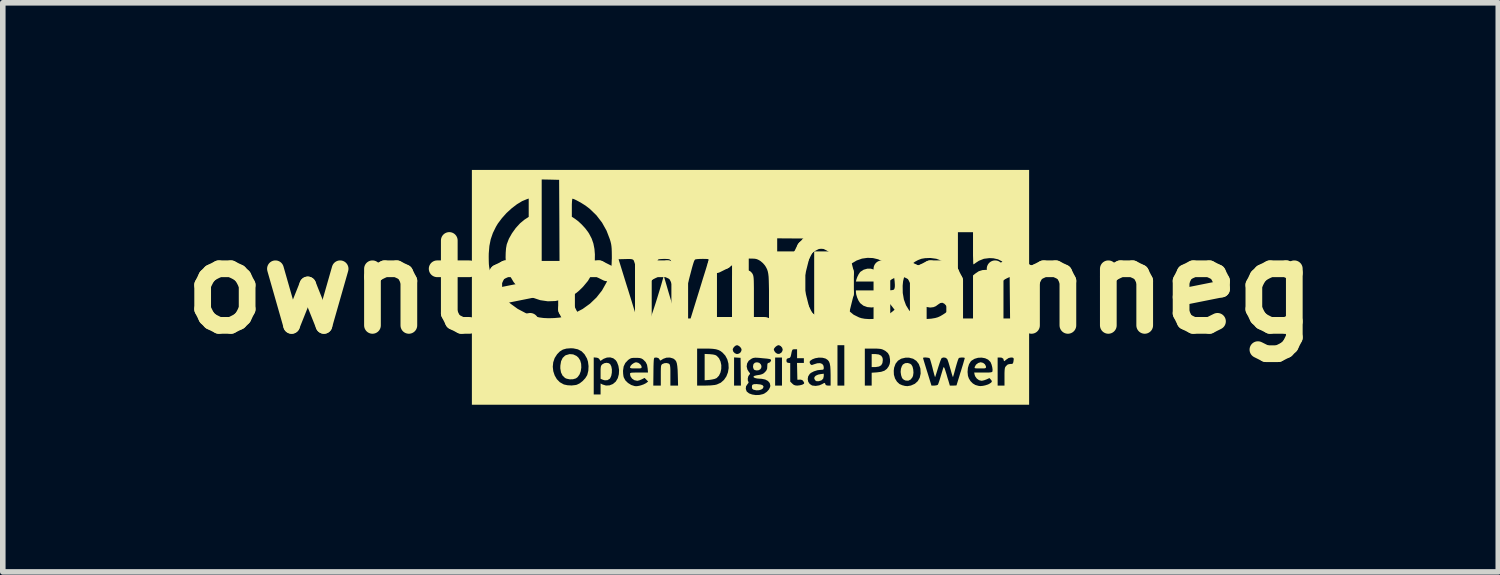
<source format=kicad_pcb>
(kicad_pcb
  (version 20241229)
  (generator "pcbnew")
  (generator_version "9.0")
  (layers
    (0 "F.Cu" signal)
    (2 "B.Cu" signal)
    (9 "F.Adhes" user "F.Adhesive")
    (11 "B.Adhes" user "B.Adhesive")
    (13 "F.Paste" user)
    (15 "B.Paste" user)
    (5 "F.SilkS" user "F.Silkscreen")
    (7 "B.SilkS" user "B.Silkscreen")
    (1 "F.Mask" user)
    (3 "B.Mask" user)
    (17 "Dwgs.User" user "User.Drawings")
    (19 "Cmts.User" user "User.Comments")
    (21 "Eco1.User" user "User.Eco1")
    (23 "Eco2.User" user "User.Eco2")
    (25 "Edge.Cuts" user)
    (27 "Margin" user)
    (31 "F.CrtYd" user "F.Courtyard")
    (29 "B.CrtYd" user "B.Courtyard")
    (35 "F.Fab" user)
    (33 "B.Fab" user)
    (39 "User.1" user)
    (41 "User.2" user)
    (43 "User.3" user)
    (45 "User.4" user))
  (footprint "owntech10mmneg"
    (layer "F.Cu")
    (at 10.421 2.101)
    (property "Reference" "owntech10mmneg" (at 0 0 0) (layer "F.SilkS") (effects (font (size 1.524 1.524) (thickness 0.3))))
    (attr board_only exclude_from_pos_files exclude_from_bom)
    (fp_poly (pts (xy 1.315 1.6) (xy 1.305 1.645) (xy 1.275 1.675) (xy 1.226 1.691) (xy 1.188 1.692) (xy 1.163 1.678) (xy 1.145 1.647) (xy 1.148 1.617) (xy 1.172 1.592) (xy 1.214 1.573) (xy 1.26 1.564) (xy 1.315 1.557)) (stroke (width 0) (type solid)) (fill yes) (layer "F.SilkS"))
    (fp_poly (pts (xy 2.304 1.212) (xy 2.346 1.234) (xy 2.37 1.272) (xy 2.375 1.31) (xy 2.368 1.366) (xy 2.346 1.405) (xy 2.307 1.428) (xy 2.249 1.437) (xy 2.23 1.438) (xy 2.175 1.438) (xy 2.175 1.204) (xy 2.242 1.204)) (stroke (width 0) (type solid)) (fill yes) (layer "F.SilkS"))
    (fp_poly (pts (xy 0.156 1.361) (xy 0.183 1.386) (xy 0.197 1.419) (xy 0.192 1.454) (xy 0.174 1.479) (xy 0.143 1.495) (xy 0.105 1.498) (xy 0.072 1.489) (xy 0.061 1.48) (xy 0.049 1.454) (xy 0.045 1.425) (xy 0.054 1.383) (xy 0.08 1.359) (xy 0.116 1.352)) (stroke (width 0) (type solid)) (fill yes) (layer "F.SilkS"))
    (fp_poly (pts (xy -0.732 1.206) (xy -0.673 1.212) (xy -0.633 1.221) (xy -0.606 1.236) (xy -0.565 1.28) (xy -0.538 1.337) (xy -0.524 1.403) (xy -0.525 1.471) (xy -0.539 1.535) (xy -0.566 1.592) (xy -0.607 1.634) (xy -0.616 1.639) (xy -0.646 1.651) (xy -0.691 1.661) (xy -0.737 1.668) (xy -0.823 1.675) (xy -0.823 1.202)) (stroke (width 0) (type solid)) (fill yes) (layer "F.SilkS"))
    (fp_poly (pts (xy 0.121 1.744) (xy 0.179 1.75) (xy 0.215 1.762) (xy 0.232 1.783) (xy 0.233 1.794) (xy 0.222 1.821) (xy 0.193 1.841) (xy 0.152 1.853) (xy 0.105 1.855) (xy 0.058 1.845) (xy 0.052 1.843) (xy 0.03 1.825) (xy 0.025 1.795) (xy 0.028 1.767) (xy 0.041 1.751) (xy 0.069 1.744) (xy 0.115 1.743)) (stroke (width 0) (type solid)) (fill yes) (layer "F.SilkS"))
    (fp_poly (pts (xy 2.161 -0.328) (xy 2.223 -0.31) (xy 2.277 -0.276) (xy 2.317 -0.226) (xy 2.319 -0.222) (xy 2.336 -0.182) (xy 2.346 -0.145) (xy 2.347 -0.133) (xy 2.347 -0.098) (xy 1.892 -0.098) (xy 1.9 -0.132) (xy 1.917 -0.18) (xy 1.941 -0.228) (xy 1.967 -0.266) (xy 1.974 -0.273) (xy 2.031 -0.31) (xy 2.095 -0.328)) (stroke (width 0) (type solid)) (fill yes) (layer "F.SilkS"))
    (fp_poly (pts (xy 4.174 1.362) (xy 4.207 1.387) (xy 4.225 1.421) (xy 4.227 1.435) (xy 4.226 1.448) (xy 4.218 1.456) (xy 4.199 1.461) (xy 4.165 1.462) (xy 4.122 1.462) (xy 4.071 1.462) (xy 4.041 1.46) (xy 4.026 1.456) (xy 4.022 1.448) (xy 4.025 1.435) (xy 4.047 1.395) (xy 4.085 1.365) (xy 4.129 1.352) (xy 4.134 1.352)) (stroke (width 0) (type solid)) (fill yes) (layer "F.SilkS"))
    (fp_poly (pts (xy -2.015 1.361) (xy -1.981 1.385) (xy -1.959 1.416) (xy -1.954 1.437) (xy -1.956 1.449) (xy -1.964 1.457) (xy -1.985 1.461) (xy -2.022 1.462) (xy -2.058 1.462) (xy -2.11 1.462) (xy -2.142 1.459) (xy -2.158 1.453) (xy -2.163 1.444) (xy -2.163 1.443) (xy -2.152 1.415) (xy -2.126 1.387) (xy -2.092 1.364) (xy -2.058 1.352) (xy -2.053 1.352)) (stroke (width 0) (type solid)) (fill yes) (layer "F.SilkS"))
    (fp_poly (pts (xy -2.542 1.369) (xy -2.518 1.387) (xy -2.498 1.427) (xy -2.488 1.48) (xy -2.489 1.539) (xy -2.499 1.593) (xy -2.518 1.636) (xy -2.527 1.648) (xy -2.569 1.673) (xy -2.618 1.675) (xy -2.651 1.665) (xy -2.691 1.648) (xy -2.691 1.533) (xy -2.691 1.478) (xy -2.688 1.442) (xy -2.683 1.418) (xy -2.673 1.402) (xy -2.661 1.389) (xy -2.624 1.368) (xy -2.582 1.361)) (stroke (width 0) (type solid)) (fill yes) (layer "F.SilkS"))
    (fp_poly (pts (xy 2.866 1.378) (xy 2.888 1.395) (xy 2.909 1.432) (xy 2.921 1.483) (xy 2.925 1.539) (xy 2.918 1.591) (xy 2.907 1.62) (xy 2.875 1.661) (xy 2.833 1.682) (xy 2.786 1.68) (xy 2.759 1.669) (xy 2.735 1.652) (xy 2.719 1.63) (xy 2.707 1.595) (xy 2.703 1.581) (xy 2.695 1.526) (xy 2.7 1.469) (xy 2.717 1.42) (xy 2.735 1.392) (xy 2.775 1.368) (xy 2.822 1.364)) (stroke (width 0) (type solid)) (fill yes) (layer "F.SilkS"))
    (fp_poly (pts (xy -3.183 1.21) (xy -3.124 1.237) (xy -3.089 1.268) (xy -3.057 1.318) (xy -3.04 1.379) (xy -3.037 1.446) (xy -3.047 1.512) (xy -3.069 1.571) (xy -3.103 1.618) (xy -3.134 1.641) (xy -3.185 1.656) (xy -3.245 1.658) (xy -3.301 1.646) (xy -3.328 1.634) (xy -3.372 1.593) (xy -3.401 1.535) (xy -3.414 1.461) (xy -3.413 1.412) (xy -3.4 1.333) (xy -3.372 1.274) (xy -3.33 1.233) (xy -3.313 1.224) (xy -3.247 1.205)) (stroke (width 0) (type solid)) (fill yes) (layer "F.SilkS"))
    (fp_poly (pts (xy 5.001 2.114) (xy -5.001 2.114) (xy -5.001 1.929) (xy -2.814 1.929) (xy -2.691 1.929) (xy -2.691 1.829) (xy -0.085 1.829) (xy -0.07 1.872) (xy -0.065 1.879) (xy -0.026 1.91) (xy 0.029 1.93) (xy 0.093 1.94) (xy 0.159 1.938) (xy 0.221 1.924) (xy 0.246 1.914) (xy 0.294 1.881) (xy 0.332 1.839) (xy 0.353 1.793) (xy 0.356 1.77) (xy 0.356 1.77) (xy 0.442 1.77) (xy 0.565 1.77) (xy 0.565 1.321) (xy 0.645 1.321) (xy 0.649 1.348) (xy 0.665 1.359) (xy 0.679 1.362) (xy 0.713 1.366) (xy 0.713 1.698) (xy 0.749 1.734) (xy 0.778 1.758) (xy 0.81 1.768) (xy 0.841 1.77) (xy 0.885 1.765) (xy 0.925 1.755) (xy 0.935 1.751) (xy 0.959 1.737) (xy 0.964 1.723) (xy 0.954 1.701) (xy 0.951 1.697) (xy 0.932 1.673) (xy 0.905 1.664) (xy 0.886 1.664) (xy 0.842 1.665) (xy 0.841 1.653) (xy 1.027 1.653) (xy 1.036 1.701) (xy 1.062 1.74) (xy 1.103 1.767) (xy 1.109 1.769) (xy 1.169 1.776) (xy 1.234 1.766) (xy 1.285 1.744) (xy 1.315 1.727) (xy 1.331 1.722) (xy 1.339 1.731) (xy 1.343 1.745) (xy 1.354 1.762) (xy 1.38 1.769) (xy 1.394 1.77) (xy 1.438 1.77) (xy 1.561 1.77) (xy 1.684 1.77) (xy 2.052 1.77) (xy 2.175 1.77) (xy 2.175 1.539) (xy 2.266 1.533) (xy 2.345 1.523) (xy 2.404 1.503) (xy 2.404 1.503) (xy 2.571 1.503) (xy 2.574 1.575) (xy 2.594 1.643) (xy 2.629 1.7) (xy 2.674 1.742) (xy 2.725 1.764) (xy 2.754 1.771) (xy 2.771 1.776) (xy 2.816 1.78) (xy 2.879 1.769) (xy 2.882 1.768) (xy 2.95 1.738) (xy 3.003 1.69) (xy 3.038 1.628) (xy 3.054 1.554) (xy 3.05 1.47) (xy 3.047 1.455) (xy 3.021 1.383) (xy 2.978 1.327) (xy 2.919 1.288) (xy 2.864 1.274) (xy 3.097 1.274) (xy 3.1 1.287) (xy 3.11 1.321) (xy 3.125 1.371) (xy 3.144 1.433) (xy 3.166 1.505) (xy 3.173 1.526) (xy 3.248 1.77) (xy 3.3 1.77) (xy 3.335 1.766) (xy 3.359 1.758) (xy 3.363 1.754) (xy 3.371 1.737) (xy 3.384 1.701) (xy 3.4 1.652) (xy 3.416 1.597) (xy 3.433 1.541) (xy 3.448 1.492) (xy 3.459 1.456) (xy 3.466 1.439) (xy 3.473 1.441) (xy 3.485 1.464) (xy 3.499 1.506) (xy 3.5 1.51) (xy 3.519 1.57) (xy 3.538 1.637) (xy 3.553 1.684) (xy 3.578 1.77) (xy 3.639 1.77) (xy 3.673 1.769) (xy 3.695 1.767) (xy 3.699 1.765) (xy 3.702 1.752) (xy 3.712 1.72) (xy 3.727 1.671) (xy 3.746 1.61) (xy 3.767 1.539) (xy 3.772 1.525) (xy 3.896 1.525) (xy 3.903 1.595) (xy 3.919 1.641) (xy 3.949 1.69) (xy 3.991 1.732) (xy 4.036 1.759) (xy 4.053 1.764) (xy 4.082 1.772) (xy 4.098 1.776) (xy 4.126 1.779) (xy 4.169 1.775) (xy 4.194 1.77) (xy 4.436 1.77) (xy 4.559 1.77) (xy 4.559 1.61) (xy 4.559 1.545) (xy 4.561 1.499) (xy 4.564 1.468) (xy 4.569 1.446) (xy 4.578 1.43) (xy 4.589 1.417) (xy 4.618 1.391) (xy 4.655 1.383) (xy 4.665 1.382) (xy 4.695 1.381) (xy 4.71 1.371) (xy 4.718 1.347) (xy 4.72 1.333) (xy 4.725 1.295) (xy 4.72 1.275) (xy 4.701 1.267) (xy 4.675 1.266) (xy 4.633 1.275) (xy 4.59 1.304) (xy 4.564 1.326) (xy 4.551 1.332) (xy 4.547 1.323) (xy 4.547 1.319) (xy 4.537 1.287) (xy 4.507 1.269) (xy 4.477 1.266) (xy 4.436 1.266) (xy 4.436 1.77) (xy 4.194 1.77) (xy 4.216 1.765) (xy 4.26 1.751) (xy 4.282 1.741) (xy 4.317 1.718) (xy 4.332 1.7) (xy 4.328 1.68) (xy 4.313 1.662) (xy 4.289 1.635) (xy 4.236 1.659) (xy 4.195 1.674) (xy 4.155 1.683) (xy 4.144 1.683) (xy 4.102 1.673) (xy 4.062 1.644) (xy 4.033 1.604) (xy 4.023 1.576) (xy 4.015 1.536) (xy 4.176 1.536) (xy 4.242 1.536) (xy 4.287 1.535) (xy 4.316 1.532) (xy 4.332 1.527) (xy 4.341 1.52) (xy 4.343 1.513) (xy 4.345 1.482) (xy 4.339 1.439) (xy 4.327 1.393) (xy 4.311 1.354) (xy 4.305 1.344) (xy 4.265 1.304) (xy 4.211 1.279) (xy 4.149 1.268) (xy 4.084 1.271) (xy 4.022 1.289) (xy 3.969 1.321) (xy 3.954 1.335) (xy 3.922 1.387) (xy 3.902 1.453) (xy 3.896 1.525) (xy 3.772 1.525) (xy 3.773 1.523) (xy 3.795 1.45) (xy 3.815 1.386) (xy 3.83 1.333) (xy 3.841 1.295) (xy 3.846 1.276) (xy 3.846 1.275) (xy 3.836 1.269) (xy 3.81 1.266) (xy 3.779 1.267) (xy 3.751 1.271) (xy 3.74 1.275) (xy 3.732 1.29) (xy 3.719 1.324) (xy 3.704 1.372) (xy 3.687 1.43) (xy 3.682 1.448) (xy 3.666 1.508) (xy 3.652 1.559) (xy 3.641 1.596) (xy 3.635 1.616) (xy 3.634 1.617) (xy 3.629 1.608) (xy 3.619 1.579) (xy 3.606 1.535) (xy 3.591 1.48) (xy 3.588 1.472) (xy 3.571 1.412) (xy 3.555 1.358) (xy 3.541 1.317) (xy 3.531 1.294) (xy 3.531 1.293) (xy 3.505 1.272) (xy 3.469 1.265) (xy 3.434 1.274) (xy 3.432 1.276) (xy 3.423 1.291) (xy 3.409 1.324) (xy 3.392 1.373) (xy 3.373 1.431) (xy 3.367 1.45) (xy 3.349 1.509) (xy 3.333 1.56) (xy 3.321 1.597) (xy 3.314 1.617) (xy 3.313 1.618) (xy 3.309 1.609) (xy 3.3 1.58) (xy 3.288 1.535) (xy 3.273 1.479) (xy 3.269 1.46) (xy 3.253 1.399) (xy 3.238 1.346) (xy 3.226 1.306) (xy 3.218 1.283) (xy 3.216 1.281) (xy 3.2 1.273) (xy 3.171 1.268) (xy 3.138 1.265) (xy 3.111 1.267) (xy 3.097 1.272) (xy 3.097 1.274) (xy 2.864 1.274) (xy 2.847 1.269) (xy 2.782 1.269) (xy 2.706 1.287) (xy 2.647 1.323) (xy 2.604 1.377) (xy 2.578 1.448) (xy 2.571 1.503) (xy 2.404 1.503) (xy 2.448 1.47) (xy 2.48 1.425) (xy 2.498 1.383) (xy 2.505 1.341) (xy 2.504 1.299) (xy 2.493 1.235) (xy 2.467 1.187) (xy 2.423 1.149) (xy 2.396 1.134) (xy 2.369 1.121) (xy 2.341 1.113) (xy 2.307 1.109) (xy 2.259 1.106) (xy 2.197 1.106) (xy 2.052 1.106) (xy 2.052 1.77) (xy 1.684 1.77) (xy 1.684 1.045) (xy 1.561 1.045) (xy 1.561 1.77) (xy 1.438 1.77) (xy 1.438 1.585) (xy 1.436 1.496) (xy 1.432 1.427) (xy 1.423 1.376) (xy 1.409 1.339) (xy 1.388 1.312) (xy 1.359 1.292) (xy 1.345 1.284) (xy 1.291 1.27) (xy 1.226 1.268) (xy 1.161 1.279) (xy 1.111 1.298) (xy 1.075 1.322) (xy 1.06 1.345) (xy 1.067 1.372) (xy 1.074 1.383) (xy 1.088 1.398) (xy 1.105 1.4) (xy 1.133 1.39) (xy 1.197 1.37) (xy 1.249 1.367) (xy 1.288 1.382) (xy 1.31 1.413) (xy 1.315 1.446) (xy 1.313 1.473) (xy 1.303 1.484) (xy 1.277 1.487) (xy 1.268 1.487) (xy 1.203 1.494) (xy 1.139 1.514) (xy 1.085 1.542) (xy 1.063 1.561) (xy 1.035 1.605) (xy 1.027 1.653) (xy 0.841 1.653) (xy 0.835 1.364) (xy 0.958 1.364) (xy 0.958 1.278) (xy 0.836 1.278) (xy 0.836 1.118) (xy 0.793 1.118) (xy 0.771 1.119) (xy 0.757 1.123) (xy 0.748 1.137) (xy 0.739 1.164) (xy 0.73 1.21) (xy 0.727 1.223) (xy 0.718 1.255) (xy 0.704 1.272) (xy 0.681 1.278) (xy 0.655 1.287) (xy 0.646 1.306) (xy 0.645 1.321) (xy 0.565 1.321) (xy 0.565 1.266) (xy 0.442 1.266) (xy 0.442 1.77) (xy 0.356 1.77) (xy 0.345 1.724) (xy 0.313 1.687) (xy 0.264 1.661) (xy 0.2 1.648) (xy 0.173 1.647) (xy 0.12 1.643) (xy 0.081 1.634) (xy 0.058 1.622) (xy 0.053 1.608) (xy 0.069 1.596) (xy 0.106 1.586) (xy 0.118 1.584) (xy 0.171 1.576) (xy 0.208 1.565) (xy 0.236 1.55) (xy 0.263 1.525) (xy 0.265 1.523) (xy 0.288 1.494) (xy 0.299 1.463) (xy 0.301 1.425) (xy 0.303 1.387) (xy 0.31 1.368) (xy 0.32 1.364) (xy 0.349 1.353) (xy 0.367 1.327) (xy 0.369 1.314) (xy 0.364 1.302) (xy 0.346 1.294) (xy 0.311 1.288) (xy 0.286 1.285) (xy 0.229 1.28) (xy 0.17 1.274) (xy 0.134 1.271) (xy 0.084 1.269) (xy 0.046 1.275) (xy 0.016 1.289) (xy -0.033 1.325) (xy -0.061 1.373) (xy -0.069 1.427) (xy -0.056 1.482) (xy -0.031 1.522) (xy -0.012 1.546) (xy -0.008 1.56) (xy -0.018 1.573) (xy -0.025 1.579) (xy -0.041 1.606) (xy -0.049 1.643) (xy -0.048 1.68) (xy -0.037 1.703) (xy -0.035 1.72) (xy -0.055 1.745) (xy -0.08 1.783) (xy -0.085 1.829) (xy -2.691 1.829) (xy -2.691 1.732) (xy -2.655 1.751) (xy -2.594 1.769) (xy -2.531 1.766) (xy -2.47 1.742) (xy -2.418 1.698) (xy -2.417 1.696) (xy -2.382 1.637) (xy -2.363 1.566) (xy -2.36 1.511) (xy -2.288 1.511) (xy -2.286 1.559) (xy -2.28 1.604) (xy -2.274 1.625) (xy -2.246 1.677) (xy -2.199 1.723) (xy -2.141 1.759) (xy -2.079 1.779) (xy -2.051 1.781) (xy -2.021 1.778) (xy -1.982 1.77) (xy -1.745 1.77) (xy -1.61 1.77) (xy -1.61 1.586) (xy -1.61 1.515) (xy -1.609 1.465) (xy -1.607 1.431) (xy -1.603 1.409) (xy -1.596 1.396) (xy -1.587 1.386) (xy -1.582 1.383) (xy -1.545 1.368) (xy -1.504 1.365) (xy -1.468 1.375) (xy -1.457 1.383) (xy -1.449 1.395) (xy -1.444 1.415) (xy -1.44 1.448) (xy -1.438 1.496) (xy -1.438 1.564) (xy -1.438 1.586) (xy -1.438 1.77) (xy -1.3 1.77) (xy -0.958 1.77) (xy -0.813 1.77) (xy -0.716 1.767) (xy -0.64 1.759) (xy -0.603 1.75) (xy -0.533 1.718) (xy -0.476 1.668) (xy -0.433 1.605) (xy -0.405 1.533) (xy -0.392 1.455) (xy -0.396 1.376) (xy -0.416 1.3) (xy -0.435 1.264) (xy -0.295 1.264) (xy -0.295 1.77) (xy -0.172 1.77) (xy -0.175 1.521) (xy -0.178 1.272) (xy -0.237 1.268) (xy -0.295 1.264) (xy -0.435 1.264) (xy -0.453 1.231) (xy -0.502 1.178) (xy -0.538 1.15) (xy -0.576 1.131) (xy -0.59 1.127) (xy -0.319 1.127) (xy -0.309 1.161) (xy -0.281 1.19) (xy -0.246 1.204) (xy -0.24 1.204) (xy -0.208 1.196) (xy -0.184 1.18) (xy -0.166 1.151) (xy -0.16 1.125) (xy -0.161 1.122) (xy 0.418 1.122) (xy 0.425 1.143) (xy 0.442 1.171) (xy 0.443 1.172) (xy 0.477 1.198) (xy 0.514 1.202) (xy 0.55 1.182) (xy 0.553 1.18) (xy 0.572 1.15) (xy 0.578 1.124) (xy 0.568 1.09) (xy 0.543 1.061) (xy 0.511 1.045) (xy 0.503 1.045) (xy 0.477 1.053) (xy 0.448 1.075) (xy 0.426 1.101) (xy 0.418 1.122) (xy -0.161 1.122) (xy -0.17 1.096) (xy -0.195 1.068) (xy -0.225 1.049) (xy -0.244 1.045) (xy -0.271 1.055) (xy -0.298 1.079) (xy -0.316 1.109) (xy -0.319 1.127) (xy -0.59 1.127) (xy -0.62 1.118) (xy -0.676 1.11) (xy -0.748 1.106) (xy -0.803 1.106) (xy -0.958 1.106) (xy -0.958 1.77) (xy -1.3 1.77) (xy -1.305 1.576) (xy -1.308 1.488) (xy -1.314 1.421) (xy -1.322 1.372) (xy -1.334 1.336) (xy -1.352 1.311) (xy -1.375 1.292) (xy -1.388 1.284) (xy -1.446 1.267) (xy -1.509 1.269) (xy -1.568 1.29) (xy -1.578 1.297) (xy -1.607 1.315) (xy -1.621 1.32) (xy -1.628 1.313) (xy -1.631 1.303) (xy -1.648 1.28) (xy -1.681 1.267) (xy -1.716 1.268) (xy -1.724 1.271) (xy -1.73 1.279) (xy -1.734 1.295) (xy -1.737 1.323) (xy -1.739 1.365) (xy -1.741 1.425) (xy -1.742 1.505) (xy -1.742 1.521) (xy -1.745 1.77) (xy -1.982 1.77) (xy -1.98 1.769) (xy -1.959 1.763) (xy -1.917 1.748) (xy -1.88 1.729) (xy -1.868 1.721) (xy -1.837 1.697) (xy -1.901 1.632) (xy -1.952 1.658) (xy -1.99 1.674) (xy -2.025 1.683) (xy -2.034 1.684) (xy -2.085 1.673) (xy -2.127 1.644) (xy -2.155 1.602) (xy -2.163 1.56) (xy -2.161 1.55) (xy -2.154 1.544) (xy -2.138 1.539) (xy -2.108 1.537) (xy -2.061 1.536) (xy -2.002 1.536) (xy -1.84 1.536) (xy -1.846 1.462) (xy -1.857 1.397) (xy -1.882 1.347) (xy -1.925 1.304) (xy -1.934 1.297) (xy -1.959 1.283) (xy -1.99 1.275) (xy -2.035 1.272) (xy -2.058 1.272) (xy -2.107 1.273) (xy -2.139 1.277) (xy -2.164 1.288) (xy -2.19 1.306) (xy -2.195 1.309) (xy -2.247 1.364) (xy -2.277 1.427) (xy -2.288 1.502) (xy -2.288 1.511) (xy -2.36 1.511) (xy -2.359 1.49) (xy -2.371 1.415) (xy -2.397 1.347) (xy -2.42 1.314) (xy -2.463 1.28) (xy -2.518 1.264) (xy -2.577 1.267) (xy -2.636 1.289) (xy -2.657 1.303) (xy -2.681 1.319) (xy -2.694 1.325) (xy -2.695 1.325) (xy -2.715 1.292) (xy -2.736 1.275) (xy -2.766 1.268) (xy -2.769 1.268) (xy -2.814 1.264) (xy -2.814 1.929) (xy -5.001 1.929) (xy -5.001 1.432) (xy -3.549 1.432) (xy -3.54 1.512) (xy -3.515 1.588) (xy -3.476 1.655) (xy -3.422 1.71) (xy -3.356 1.747) (xy -3.35 1.75) (xy -3.285 1.764) (xy -3.21 1.768) (xy -3.14 1.76) (xy -3.118 1.755) (xy -3.066 1.73) (xy -3.012 1.688) (xy -2.965 1.637) (xy -2.932 1.584) (xy -2.929 1.576) (xy -2.911 1.503) (xy -2.907 1.421) (xy -2.917 1.341) (xy -2.935 1.284) (xy -2.979 1.208) (xy -3.032 1.154) (xy -3.099 1.119) (xy -3.18 1.102) (xy -3.226 1.1) (xy -3.305 1.106) (xy -3.368 1.124) (xy -3.422 1.157) (xy -3.471 1.207) (xy -3.515 1.275) (xy -3.541 1.352) (xy -3.549 1.432) (xy -5.001 1.432) (xy -5.001 -0.541) (xy -4.699 -0.541) (xy -4.698 -0.466) (xy -4.696 -0.409) (xy -4.691 -0.363) (xy -4.684 -0.322) (xy -4.672 -0.278) (xy -4.665 -0.255) (xy -4.604 -0.093) (xy -4.524 0.054) (xy -4.426 0.184) (xy -4.31 0.298) (xy -4.179 0.393) (xy -4.033 0.47) (xy -3.874 0.526) (xy -3.789 0.547) (xy -3.713 0.557) (xy -3.622 0.561) (xy -3.525 0.558) (xy -3.431 0.55) (xy -3.348 0.536) (xy -3.32 0.529) (xy -3.16 0.471) (xy -3.013 0.395) (xy -2.881 0.3) (xy -2.764 0.188) (xy -2.665 0.062) (xy -2.586 -0.079) (xy -2.58 -0.092) (xy -2.544 -0.176) (xy -2.519 -0.251) (xy -2.503 -0.326) (xy -2.493 -0.408) (xy -2.49 -0.498) (xy -2.368 -0.498) (xy -2.229 -0.049) (xy -2.196 0.055) (xy -2.165 0.155) (xy -2.136 0.248) (xy -2.111 0.33) (xy -2.09 0.399) (xy -2.074 0.45) (xy -2.064 0.482) (xy -2.064 0.482) (xy -2.039 0.565) (xy -1.925 0.565) (xy -0.602 0.565) (xy -0.332 0.565) (xy -0.332 0.18) (xy -0.332 0.073) (xy -0.332 -0.012) (xy -0.331 -0.079) (xy -0.33 -0.128) (xy -0.328 -0.165) (xy -0.325 -0.189) (xy -0.321 -0.206) (xy -0.316 -0.217) (xy -0.309 -0.225) (xy -0.304 -0.23) (xy -0.238 -0.276) (xy -0.164 -0.302) (xy -0.114 -0.307) (xy -0.052 -0.302) (xy -0.007 -0.284) (xy 0.026 -0.252) (xy 0.038 -0.232) (xy 0.045 -0.217) (xy 0.05 -0.2) (xy 0.054 -0.178) (xy 0.057 -0.148) (xy 0.059 -0.107) (xy 0.06 -0.053) (xy 0.061 0.018) (xy 0.061 0.109) (xy 0.061 0.19) (xy 0.061 0.565) (xy 0.332 0.565) (xy 0.332 0.18) (xy 0.332 0.06) (xy 0.33 -0.039) (xy 0.328 -0.119) (xy 0.325 -0.183) (xy 0.319 -0.235) (xy 0.311 -0.276) (xy 0.3 -0.311) (xy 0.286 -0.341) (xy 0.269 -0.371) (xy 0.256 -0.39) (xy 0.223 -0.428) (xy 0.181 -0.464) (xy 0.162 -0.476) (xy 0.134 -0.491) (xy 0.108 -0.501) (xy 0.078 -0.507) (xy 0.037 -0.509) (xy -0.021 -0.51) (xy -0.025 -0.51) (xy -0.101 -0.508) (xy -0.16 -0.499) (xy -0.209 -0.481) (xy -0.256 -0.453) (xy -0.299 -0.418) (xy -0.326 -0.396) (xy -0.344 -0.383) (xy -0.347 -0.381) (xy -0.353 -0.392) (xy -0.359 -0.418) (xy -0.36 -0.425) (xy -0.368 -0.461) (xy -0.381 -0.484) (xy -0.404 -0.497) (xy -0.442 -0.502) (xy -0.499 -0.504) (xy -0.602 -0.504) (xy -0.602 0.565) (xy -1.925 0.565) (xy -1.868 0.564) (xy -1.83 0.561) (xy -1.807 0.555) (xy -1.793 0.545) (xy -1.791 0.544) (xy -1.784 0.528) (xy -1.77 0.491) (xy -1.752 0.438) (xy -1.73 0.372) (xy -1.705 0.296) (xy -1.679 0.213) (xy -1.653 0.128) (xy -1.627 0.043) (xy -1.603 -0.037) (xy -1.582 -0.111) (xy -1.572 -0.147) (xy -1.563 -0.177) (xy -1.556 -0.191) (xy -1.554 -0.19) (xy -1.51 -0.041) (xy -1.471 0.094) (xy -1.435 0.214) (xy -1.404 0.317) (xy -1.378 0.402) (xy -1.357 0.468) (xy -1.342 0.513) (xy -1.332 0.536) (xy -1.332 0.538) (xy -1.322 0.55) (xy -1.308 0.559) (xy -1.285 0.563) (xy -1.248 0.565) (xy -1.195 0.565) (xy -1.075 0.565) (xy -0.918 0.058) (xy -0.885 -0.049) (xy -0.854 -0.151) (xy -0.825 -0.243) (xy -0.8 -0.323) (xy -0.78 -0.389) (xy -0.765 -0.439) (xy -0.756 -0.469) (xy -0.754 -0.476) (xy -0.752 -0.489) (xy -0.755 -0.497) (xy -0.77 -0.502) (xy -0.799 -0.503) (xy -0.848 -0.504) (xy -0.862 -0.504) (xy -0.914 -0.503) (xy -0.957 -0.5) (xy -0.985 -0.496) (xy -0.992 -0.494) (xy -0.999 -0.488) (xy -1.006 -0.477) (xy -1.014 -0.46) (xy -1.023 -0.434) (xy -1.035 -0.395) (xy -1.05 -0.343) (xy -1.068 -0.274) (xy -1.091 -0.187) (xy -1.119 -0.078) (xy -1.119 -0.076) (xy -1.142 0.012) (xy -1.162 0.091) (xy -1.18 0.159) (xy -1.194 0.213) (xy -1.204 0.249) (xy -1.208 0.266) (xy -1.208 0.266) (xy -1.212 0.256) (xy -1.222 0.224) (xy -1.236 0.174) (xy -1.255 0.11) (xy -1.277 0.033) (xy -1.302 -0.054) (xy -1.314 -0.096) (xy -1.34 -0.188) (xy -1.365 -0.272) (xy -1.387 -0.346) (xy -1.407 -0.408) (xy -1.422 -0.453) (xy -1.432 -0.478) (xy -1.435 -0.482) (xy -1.451 -0.494) (xy -1.477 -0.501) (xy -1.518 -0.503) (xy -1.547 -0.504) (xy -1.594 -0.502) (xy -1.631 -0.499) (xy -1.653 -0.495) (xy -1.654 -0.494) (xy -1.661 -0.488) (xy -1.669 -0.478) (xy -1.677 -0.462) (xy -1.687 -0.437) (xy -1.699 -0.401) (xy -1.715 -0.352) (xy -1.735 -0.287) (xy -1.76 -0.203) (xy -1.79 -0.098) (xy -1.795 -0.082) (xy -1.825 0.019) (xy -1.851 0.104) (xy -1.873 0.171) (xy -1.89 0.218) (xy -1.901 0.245) (xy -1.906 0.249) (xy -1.911 0.232) (xy -1.921 0.194) (xy -1.935 0.139) (xy -1.952 0.069) (xy -1.971 -0.011) (xy -1.993 -0.099) (xy -1.997 -0.117) (xy -2.023 -0.223) (xy -2.046 -0.313) (xy -2.066 -0.387) (xy -2.083 -0.441) (xy -2.095 -0.474) (xy -2.1 -0.483) (xy -2.114 -0.493) (xy -2.133 -0.499) (xy -2.163 -0.502) (xy -2.21 -0.502) (xy -2.245 -0.501) (xy -2.368 -0.498) (xy -2.49 -0.498) (xy -2.489 -0.503) (xy -2.489 -0.553) (xy -2.49 -0.629) (xy -2.492 -0.688) (xy -2.496 -0.734) (xy -2.502 -0.773) (xy -2.512 -0.814) (xy -2.523 -0.851) (xy -2.531 -0.873) (xy 0.479 -0.873) (xy 0.479 -0.639) (xy 0.86 -0.639) (xy 0.86 0.565) (xy 1.143 0.565) (xy 1.143 0.011) (xy 1.622 0.011) (xy 1.632 0.138) (xy 1.66 0.251) (xy 1.707 0.35) (xy 1.771 0.432) (xy 1.851 0.498) (xy 1.948 0.546) (xy 1.991 0.56) (xy 2.051 0.571) (xy 2.125 0.576) (xy 2.203 0.574) (xy 2.276 0.567) (xy 2.314 0.559) (xy 2.408 0.527) (xy 2.494 0.481) (xy 2.543 0.445) (xy 2.586 0.409) (xy 2.538 0.346) (xy 2.509 0.311) (xy 2.483 0.291) (xy 2.455 0.285) (xy 2.42 0.293) (xy 2.37 0.314) (xy 2.352 0.322) (xy 2.262 0.355) (xy 2.175 0.368) (xy 2.096 0.361) (xy 2.027 0.336) (xy 1.97 0.291) (xy 1.967 0.288) (xy 1.939 0.245) (xy 1.914 0.189) (xy 1.897 0.131) (xy 1.892 0.09) (xy 1.892 0.061) (xy 2.23 0.061) (xy 2.33 0.061) (xy 2.408 0.061) (xy 2.467 0.06) (xy 2.51 0.059) (xy 2.539 0.057) (xy 2.559 0.053) (xy 2.57 0.049) (xy 2.577 0.042) (xy 2.582 0.035) (xy 2.59 0.003) (xy 2.591 -0.022) (xy 2.731 -0.022) (xy 2.733 0.108) (xy 2.753 0.225) (xy 2.791 0.328) (xy 2.845 0.416) (xy 2.915 0.487) (xy 3 0.54) (xy 3.051 0.561) (xy 3.105 0.571) (xy 3.173 0.574) (xy 3.246 0.569) (xy 3.268 0.565) (xy 3.723 0.565) (xy 3.994 0.565) (xy 3.994 -0.207) (xy 4.034 -0.24) (xy 4.096 -0.282) (xy 4.163 -0.303) (xy 4.219 -0.307) (xy 4.269 -0.303) (xy 4.305 -0.29) (xy 4.319 -0.281) (xy 4.337 -0.265) (xy 4.352 -0.249) (xy 4.363 -0.228) (xy 4.372 -0.201) (xy 4.378 -0.165) (xy 4.382 -0.117) (xy 4.385 -0.054) (xy 4.386 0.027) (xy 4.387 0.128) (xy 4.387 0.196) (xy 4.387 0.565) (xy 4.659 0.565) (xy 4.651 -0.253) (xy 4.611 -0.334) (xy 4.565 -0.408) (xy 4.51 -0.462) (xy 4.442 -0.497) (xy 4.359 -0.515) (xy 4.286 -0.518) (xy 4.189 -0.506) (xy 4.101 -0.471) (xy 4.047 -0.436) (xy 4.021 -0.417) (xy 4.003 -0.406) (xy 4.001 -0.406) (xy 3.999 -0.417) (xy 3.997 -0.45) (xy 3.996 -0.501) (xy 3.994 -0.566) (xy 3.994 -0.642) (xy 3.994 -0.694) (xy 3.994 -0.983) (xy 3.723 -0.983) (xy 3.723 0.565) (xy 3.268 0.565) (xy 3.316 0.557) (xy 3.364 0.543) (xy 3.406 0.524) (xy 3.452 0.497) (xy 3.496 0.468) (xy 3.531 0.441) (xy 3.552 0.419) (xy 3.555 0.414) (xy 3.551 0.396) (xy 3.535 0.367) (xy 3.517 0.34) (xy 3.479 0.3) (xy 3.443 0.283) (xy 3.406 0.289) (xy 3.371 0.312) (xy 3.326 0.345) (xy 3.285 0.362) (xy 3.237 0.368) (xy 3.222 0.369) (xy 3.155 0.358) (xy 3.1 0.326) (xy 3.057 0.272) (xy 3.026 0.197) (xy 3.009 0.119) (xy 3.002 0.023) (xy 3.008 -0.069) (xy 3.026 -0.151) (xy 3.056 -0.22) (xy 3.096 -0.272) (xy 3.112 -0.285) (xy 3.164 -0.308) (xy 3.226 -0.315) (xy 3.29 -0.307) (xy 3.348 -0.282) (xy 3.352 -0.28) (xy 3.398 -0.254) (xy 3.434 -0.247) (xy 3.466 -0.26) (xy 3.499 -0.295) (xy 3.51 -0.309) (xy 3.556 -0.373) (xy 3.504 -0.419) (xy 3.426 -0.473) (xy 3.336 -0.506) (xy 3.233 -0.52) (xy 3.213 -0.52) (xy 3.134 -0.517) (xy 3.068 -0.506) (xy 3.007 -0.483) (xy 2.95 -0.452) (xy 2.872 -0.391) (xy 2.811 -0.313) (xy 2.767 -0.217) (xy 2.739 -0.104) (xy 2.731 -0.022) (xy 2.591 -0.022) (xy 2.591 -0.045) (xy 2.587 -0.103) (xy 2.579 -0.164) (xy 2.565 -0.221) (xy 2.557 -0.248) (xy 2.512 -0.333) (xy 2.451 -0.404) (xy 2.376 -0.458) (xy 2.29 -0.497) (xy 2.197 -0.519) (xy 2.1 -0.523) (xy 2.001 -0.509) (xy 1.905 -0.475) (xy 1.817 -0.423) (xy 1.743 -0.354) (xy 1.686 -0.268) (xy 1.646 -0.168) (xy 1.625 -0.056) (xy 1.622 0.011) (xy 1.143 0.011) (xy 1.143 -0.639) (xy 1.537 -0.639) (xy 1.53 -0.866) (xy 0.479 -0.873) (xy -2.531 -0.873) (xy -2.584 -1.011) (xy -2.665 -1.156) (xy -2.766 -1.287) (xy -2.886 -1.403) (xy -2.943 -1.447) (xy -2.984 -1.475) (xy -3.032 -1.505) (xy -3.083 -1.534) (xy -3.13 -1.559) (xy -3.169 -1.577) (xy -3.193 -1.585) (xy -3.195 -1.585) (xy -3.2 -1.573) (xy -3.204 -1.538) (xy -3.207 -1.483) (xy -3.207 -1.422) (xy -3.207 -1.26) (xy -3.151 -1.224) (xy -3.092 -1.18) (xy -3.029 -1.121) (xy -2.968 -1.055) (xy -2.917 -0.988) (xy -2.897 -0.957) (xy -2.851 -0.869) (xy -2.82 -0.78) (xy -2.801 -0.683) (xy -2.793 -0.584) (xy -2.795 -0.448) (xy -2.816 -0.326) (xy -2.856 -0.214) (xy -2.918 -0.109) (xy -3.002 -0.008) (xy -3.022 0.013) (xy -3.078 0.067) (xy -3.126 0.107) (xy -3.174 0.139) (xy -3.229 0.169) (xy -3.232 0.17) (xy -3.366 0.223) (xy -3.502 0.252) (xy -3.638 0.257) (xy -3.774 0.237) (xy -3.909 0.192) (xy -3.957 0.17) (xy -4.068 0.102) (xy -4.167 0.015) (xy -4.252 -0.088) (xy -4.32 -0.203) (xy -4.368 -0.326) (xy -4.382 -0.381) (xy -4.392 -0.449) (xy -4.396 -0.53) (xy -4.394 -0.615) (xy -4.388 -0.694) (xy -4.376 -0.76) (xy -4.374 -0.768) (xy -4.337 -0.865) (xy -4.281 -0.964) (xy -4.213 -1.059) (xy -4.136 -1.143) (xy -4.055 -1.21) (xy -4.042 -1.218) (xy -3.981 -1.258) (xy -3.981 -1.587) (xy -4.009 -1.578) (xy -4.099 -1.541) (xy -4.193 -1.484) (xy -4.287 -1.412) (xy -4.379 -1.328) (xy -4.462 -1.235) (xy -4.535 -1.138) (xy -4.569 -1.081) (xy -4.624 -0.969) (xy -4.663 -0.856) (xy -4.687 -0.736) (xy -4.698 -0.603) (xy -4.699 -0.541) (xy -5.001 -0.541) (xy -5.001 -1.93) (xy -3.748 -1.93) (xy -3.748 -0.467) (xy -3.428 -0.467) (xy -3.431 -1.195) (xy -3.435 -1.923) (xy -3.591 -1.927) (xy -3.748 -1.93) (xy -5.001 -1.93) (xy -5.001 -2.101) (xy 5.001 -2.101)) (stroke (width 0) (type solid)) (fill yes) (layer "F.SilkS")))
  (gr_rect
    (start -3 -3)
    (end 23.843 7.215)
    (stroke (width 0.1) (type default))
    (fill no)
    (layer "Edge.Cuts")))
</source>
